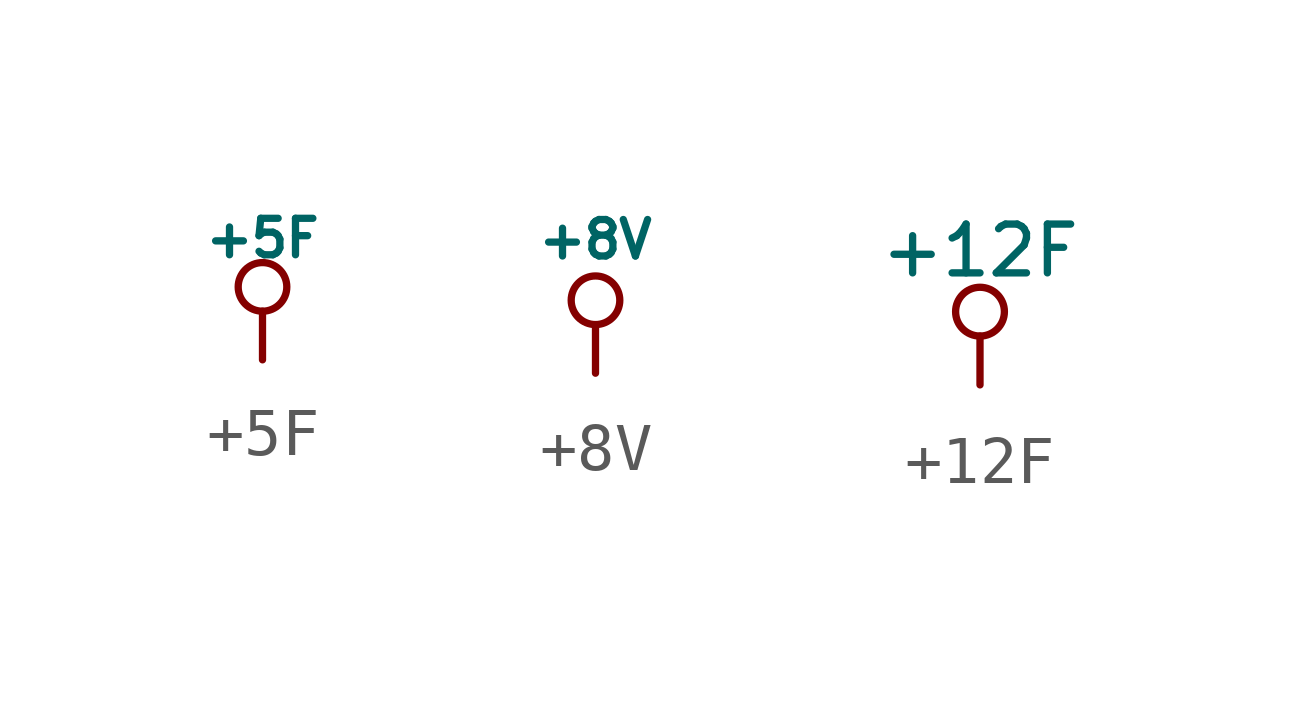
<source format=kicad_sym>
(kicad_symbol_lib
  (version 20220914)
  (generator kicad_symbol_editor)
  (symbol "+5F"
    (power)
    (pin_names
      (offset 0))
    (property "Reference" "#PWR"
      (at 0 -1.27 0)
      (effects (font (size 0.508 0.508)) hide))
    (property "Value" "+5F"
      (at 0 2.54 0)
      (effects (font (size 0.762 0.762))))
    (symbol "+5F_0_0"
      (pin power_in line (at 0 0 90) (length 0) hide (name "+5F" (effects (font (size 0.762 0.762)))) (number "1" (effects (font (size 0.508 0.508))))))
    (symbol "+5F_0_1"
      (polyline (pts (xy 0 0) (xy 0 1.016) (xy 0 1.016)) (stroke (width 0) (type solid)) (fill (type none)))
      (circle (center 0 1.524) (radius 0.508) (stroke (width 0) (type solid)) (fill (type none)))))
  (symbol "+8V"
    (power)
    (pin_names
      (offset 0))
    (property "Reference" "#PWR"
      (at 0 -0.762 0)
      (effects (font (size 0.508 0.508)) hide))
    (property "Value" "+8V"
      (at 0 2.794 0)
      (effects (font (size 0.762 0.762))))
    (symbol "+8V_0_0"
      (pin power_in line (at 0 0 90) (length 0) hide (name "+8V" (effects (font (size 0.508 0.508)))) (number "1" (effects (font (size 0.254 0.254))))))
    (symbol "+8V_0_1"
      (polyline (pts (xy 0 0) (xy 0 1.016) (xy 0 1.016)) (stroke (width 0) (type solid)) (fill (type none)))
      (circle (center 0 1.524) (radius 0.508) (stroke (width 0) (type solid)) (fill (type none)))))
  (symbol "+12F"
    (power)
    (pin_numbers hide)
    (pin_names
      (offset 0))
    (property "Reference" "#PWR"
      (at 0 -0.762 0)
      (effects (font (size 0.762 0.762)) hide))
    (property "Value" "+12F"
      (at 0 2.794 0)
      (effects (font (size 1.016 1.016))))
    (symbol "+12F_0_0"
      (pin power_in line (at 0 0 90) (length 0) hide (name "+12F" (effects (font (size 0.762 0.762)))) (number "1" (effects (font (size 0.762 0.762))))))
    (symbol "+12F_0_1"
      (polyline (pts (xy 0 0) (xy 0 1.016) (xy 0 1.016)) (stroke (width 0) (type solid)) (fill (type none)))
      (circle (center 0 1.524) (radius 0.508) (stroke (width 0) (type solid)) (fill (type none))))))
</source>
